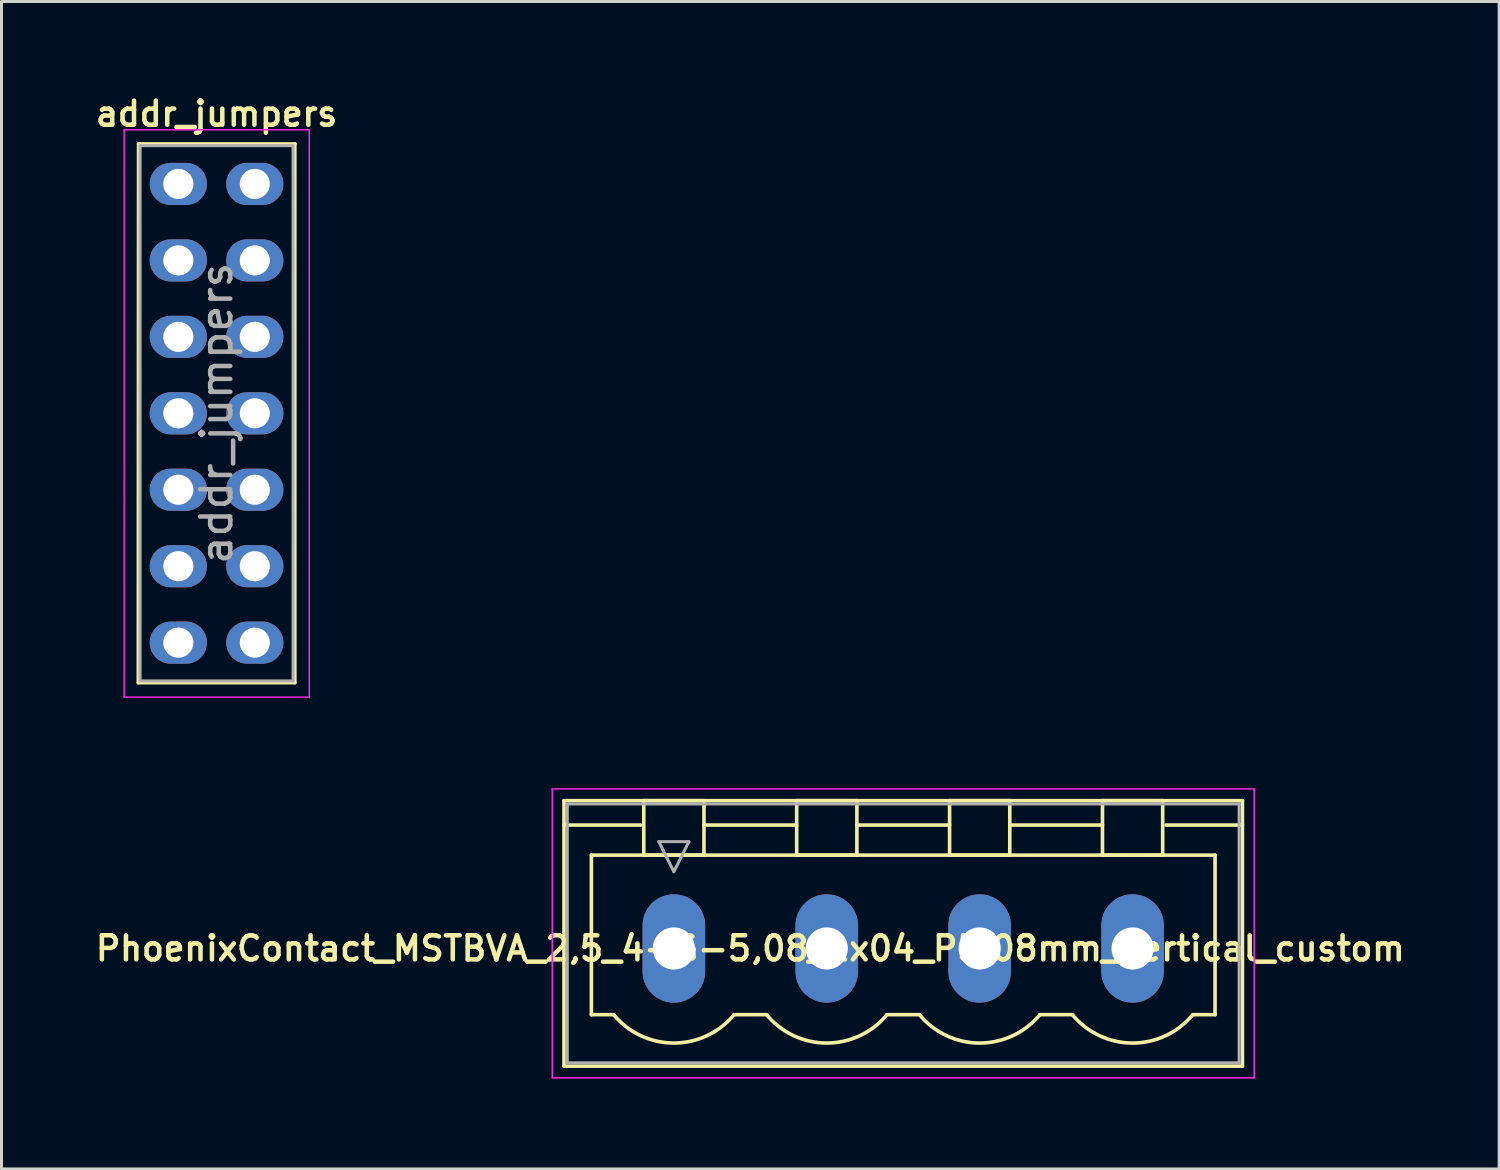
<source format=kicad_pcb>
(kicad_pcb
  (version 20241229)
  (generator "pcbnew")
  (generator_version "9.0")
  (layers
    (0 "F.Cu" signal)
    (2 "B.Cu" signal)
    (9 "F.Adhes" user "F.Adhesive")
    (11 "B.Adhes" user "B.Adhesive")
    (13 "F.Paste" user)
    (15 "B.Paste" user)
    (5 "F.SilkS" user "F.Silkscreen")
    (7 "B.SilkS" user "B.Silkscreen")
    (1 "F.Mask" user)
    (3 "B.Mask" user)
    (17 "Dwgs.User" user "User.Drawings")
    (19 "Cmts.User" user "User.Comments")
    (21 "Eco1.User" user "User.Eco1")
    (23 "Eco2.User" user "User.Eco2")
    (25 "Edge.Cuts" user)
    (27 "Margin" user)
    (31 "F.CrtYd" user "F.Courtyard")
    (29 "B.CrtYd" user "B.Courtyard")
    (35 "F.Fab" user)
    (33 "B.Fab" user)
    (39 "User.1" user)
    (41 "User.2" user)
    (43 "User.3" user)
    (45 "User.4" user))
  (footprint "addr_jumpers"
    (layer "F.Cu")
    (at 2.875 3.061)
    (property "Reference" "addr_jumpers" (at 1.27 -2.33 0) (layer "F.SilkS") (effects (font (size 0.8 0.8) (thickness 0.15))))
    (attr through_hole)
    (fp_line (start -1.33 16.57) (end 3.87 16.57) (stroke (width 0.12) (type solid)) (layer "F.SilkS"))
    (fp_line (start -1.321 -1.33) (end -1.33 16.57) (stroke (width 0.12) (type solid)) (layer "F.SilkS"))
    (fp_line (start -1.321 -1.33) (end 3.87 -1.33) (stroke (width 0.12) (type solid)) (layer "F.SilkS"))
    (fp_line (start 3.87 -1.33) (end 3.87 16.57) (stroke (width 0.12) (type solid)) (layer "F.SilkS"))
    (fp_line (start -1.8 -1.8) (end -1.8 17.05) (stroke (width 0.05) (type solid)) (layer "F.CrtYd"))
    (fp_line (start -1.8 17.05) (end 4.35 17.05) (stroke (width 0.05) (type solid)) (layer "F.CrtYd"))
    (fp_line (start 4.35 -1.8) (end -1.8 -1.8) (stroke (width 0.05) (type solid)) (layer "F.CrtYd"))
    (fp_line (start 4.35 17.05) (end 4.35 -1.8) (stroke (width 0.05) (type solid)) (layer "F.CrtYd"))
    (fp_line (start -1.27 -1.27) (end 3.81 -1.27) (stroke (width 0.1) (type solid)) (layer "F.Fab"))
    (fp_line (start -1.27 16.51) (end -1.27 -1.27) (stroke (width 0.1) (type solid)) (layer "F.Fab"))
    (fp_line (start 3.81 -1.27) (end 3.81 16.51) (stroke (width 0.1) (type solid)) (layer "F.Fab"))
    (fp_line (start 3.81 16.51) (end -1.27 16.51) (stroke (width 0.1) (type solid)) (layer "F.Fab"))
    (fp_text user "${REFERENCE}" (at 1.27 7.62 90) (layer "F.Fab") (effects (font (size 1 1) (thickness 0.15))))
    (pad "1" thru_hole oval (at 0 0) (size 1.9 1.4) (drill 1) (layers "*.Cu" "*.Mask"))
    (pad "2" thru_hole oval (at 2.54 0) (size 1.9 1.4) (drill 1) (layers "*.Cu" "*.Mask"))
    (pad "3" thru_hole oval (at 0 2.54) (size 1.9 1.4) (drill 1) (layers "*.Cu" "*.Mask"))
    (pad "4" thru_hole oval (at 2.54 2.54) (size 1.9 1.4) (drill 1) (layers "*.Cu" "*.Mask"))
    (pad "5" thru_hole oval (at 0 5.08) (size 1.9 1.4) (drill 1) (layers "*.Cu" "*.Mask"))
    (pad "6" thru_hole oval (at 2.54 5.08) (size 1.9 1.4) (drill 1) (layers "*.Cu" "*.Mask"))
    (pad "7" thru_hole oval (at 0 7.62) (size 1.9 1.4) (drill 1) (layers "*.Cu" "*.Mask"))
    (pad "8" thru_hole oval (at 2.54 7.62) (size 1.9 1.4) (drill 1) (layers "*.Cu" "*.Mask"))
    (pad "9" thru_hole oval (at 0 10.16) (size 1.9 1.4) (drill 1) (layers "*.Cu" "*.Mask"))
    (pad "10" thru_hole oval (at 2.54 10.16) (size 1.9 1.4) (drill 1) (layers "*.Cu" "*.Mask"))
    (pad "11" thru_hole oval (at 0 12.7) (size 1.9 1.4) (drill 1) (layers "*.Cu" "*.Mask"))
    (pad "12" thru_hole oval (at 2.54 12.7) (size 1.9 1.4) (drill 1) (layers "*.Cu" "*.Mask"))
    (pad "13" thru_hole oval (at 0 15.24) (size 1.9 1.4) (drill 1) (layers "*.Cu" "*.Mask"))
    (pad "14" thru_hole oval (at 2.54 15.24) (size 1.9 1.4) (drill 1) (layers "*.Cu" "*.Mask")))
  (footprint "PhoenixContact_MSTBVA_2,5_4-G-5,08_1x04_P5.08mm_Vertical_custom"
    (layer "F.Cu")
    (at 19.338 28.461)
    (property "Reference" "PhoenixContact_MSTBVA_2,5_4-G-5,08_1x04_P5.08mm_Vertical_custom" (at 2.54 0 0) (layer "F.SilkS") (effects (font (size 0.8 0.8) (thickness 0.15))))
    (attr through_hole)
    (fp_line (start -3.65 -4.91) (end -3.65 3.91) (stroke (width 0.12) (type solid)) (layer "F.SilkS"))
    (fp_line (start -3.65 -4.1) (end -1.11 -4.1) (stroke (width 0.12) (type solid)) (layer "F.SilkS"))
    (fp_line (start -3.65 3.91) (end 18.89 3.91) (stroke (width 0.12) (type solid)) (layer "F.SilkS"))
    (fp_line (start -2.74 -3.1) (end 17.98 -3.1) (stroke (width 0.12) (type solid)) (layer "F.SilkS"))
    (fp_line (start -2.74 2.2) (end -2.74 -3.1) (stroke (width 0.12) (type solid)) (layer "F.SilkS"))
    (fp_line (start -2 2.2) (end -2.74 2.2) (stroke (width 0.12) (type solid)) (layer "F.SilkS"))
    (fp_line (start -1 -4.91) (end 1 -4.91) (stroke (width 0.12) (type solid)) (layer "F.SilkS"))
    (fp_line (start -1 -3.1) (end -1 -4.91) (stroke (width 0.12) (type solid)) (layer "F.SilkS"))
    (fp_line (start 1 -4.91) (end 1 -3.1) (stroke (width 0.12) (type solid)) (layer "F.SilkS"))
    (fp_line (start 1 -4.1) (end 4.08 -4.1) (stroke (width 0.12) (type solid)) (layer "F.SilkS"))
    (fp_line (start 1 -3.1) (end -1 -3.1) (stroke (width 0.12) (type solid)) (layer "F.SilkS"))
    (fp_line (start 2 2.2) (end 3.08 2.2) (stroke (width 0.12) (type solid)) (layer "F.SilkS"))
    (fp_line (start 4.08 -4.91) (end 6.08 -4.91) (stroke (width 0.12) (type solid)) (layer "F.SilkS"))
    (fp_line (start 4.08 -3.1) (end 4.08 -4.91) (stroke (width 0.12) (type solid)) (layer "F.SilkS"))
    (fp_line (start 6.08 -4.91) (end 6.08 -3.1) (stroke (width 0.12) (type solid)) (layer "F.SilkS"))
    (fp_line (start 6.08 -4.1) (end 9.16 -4.1) (stroke (width 0.12) (type solid)) (layer "F.SilkS"))
    (fp_line (start 6.08 -3.1) (end 4.08 -3.1) (stroke (width 0.12) (type solid)) (layer "F.SilkS"))
    (fp_line (start 7.08 2.2) (end 8.16 2.2) (stroke (width 0.12) (type solid)) (layer "F.SilkS"))
    (fp_line (start 9.16 -4.91) (end 11.16 -4.91) (stroke (width 0.12) (type solid)) (layer "F.SilkS"))
    (fp_line (start 9.16 -3.1) (end 9.16 -4.91) (stroke (width 0.12) (type solid)) (layer "F.SilkS"))
    (fp_line (start 11.16 -4.91) (end 11.16 -3.1) (stroke (width 0.12) (type solid)) (layer "F.SilkS"))
    (fp_line (start 11.16 -4.1) (end 14.24 -4.1) (stroke (width 0.12) (type solid)) (layer "F.SilkS"))
    (fp_line (start 11.16 -3.1) (end 9.16 -3.1) (stroke (width 0.12) (type solid)) (layer "F.SilkS"))
    (fp_line (start 12.16 2.2) (end 13.24 2.2) (stroke (width 0.12) (type solid)) (layer "F.SilkS"))
    (fp_line (start 14.24 -4.91) (end 16.24 -4.91) (stroke (width 0.12) (type solid)) (layer "F.SilkS"))
    (fp_line (start 14.24 -3.1) (end 14.24 -4.91) (stroke (width 0.12) (type solid)) (layer "F.SilkS"))
    (fp_line (start 16.24 -4.91) (end 16.24 -3.1) (stroke (width 0.12) (type solid)) (layer "F.SilkS"))
    (fp_line (start 16.24 -3.1) (end 14.24 -3.1) (stroke (width 0.12) (type solid)) (layer "F.SilkS"))
    (fp_line (start 17.98 -3.1) (end 17.98 2.2) (stroke (width 0.12) (type solid)) (layer "F.SilkS"))
    (fp_line (start 17.98 2.2) (end 17.24 2.2) (stroke (width 0.12) (type solid)) (layer "F.SilkS"))
    (fp_line (start 18.89 -4.91) (end -3.65 -4.91) (stroke (width 0.12) (type solid)) (layer "F.SilkS"))
    (fp_line (start 18.89 -4.1) (end 16.35 -4.1) (stroke (width 0.12) (type solid)) (layer "F.SilkS"))
    (fp_line (start 18.89 3.91) (end 18.89 -4.91) (stroke (width 0.12) (type solid)) (layer "F.SilkS"))
    (fp_arc (start 1.986842 2.215821) (mid -0.010289 3.142758) (end -2 2.2) (stroke (width 0.12) (type solid)) (layer "F.SilkS"))
    (fp_arc (start 7.066842 2.215821) (mid 5.069711 3.142758) (end 3.08 2.2) (stroke (width 0.12) (type solid)) (layer "F.SilkS"))
    (fp_arc (start 12.146842 2.215821) (mid 10.149711 3.142758) (end 8.16 2.2) (stroke (width 0.12) (type solid)) (layer "F.SilkS"))
    (fp_arc (start 17.226842 2.215821) (mid 15.229711 3.142758) (end 13.24 2.2) (stroke (width 0.12) (type solid)) (layer "F.SilkS"))
    (fp_line (start -4.04 -5.3) (end -4.04 4.3) (stroke (width 0.05) (type solid)) (layer "F.CrtYd"))
    (fp_line (start -4.04 4.3) (end 19.28 4.3) (stroke (width 0.05) (type solid)) (layer "F.CrtYd"))
    (fp_line (start 19.28 -5.3) (end -4.04 -5.3) (stroke (width 0.05) (type solid)) (layer "F.CrtYd"))
    (fp_line (start 19.28 4.3) (end 19.28 -5.3) (stroke (width 0.05) (type solid)) (layer "F.CrtYd"))
    (fp_line (start -3.54 -4.8) (end -3.54 3.8) (stroke (width 0.1) (type solid)) (layer "F.Fab"))
    (fp_line (start -3.54 3.8) (end 18.78 3.8) (stroke (width 0.1) (type solid)) (layer "F.Fab"))
    (fp_line (start -0.5 -3.55) (end 0.5 -3.55) (stroke (width 0.1) (type solid)) (layer "F.Fab"))
    (fp_line (start 0 -2.55) (end -0.5 -3.55) (stroke (width 0.1) (type solid)) (layer "F.Fab"))
    (fp_line (start 0.5 -3.55) (end 0 -2.55) (stroke (width 0.1) (type solid)) (layer "F.Fab"))
    (fp_line (start 18.78 -4.8) (end -3.54 -4.8) (stroke (width 0.1) (type solid)) (layer "F.Fab"))
    (fp_line (start 18.78 3.8) (end 18.78 -4.8) (stroke (width 0.1) (type solid)) (layer "F.Fab"))
    (pad "1" thru_hole oval (at 0 0) (size 2.08 3.6) (drill 1.4) (layers "*.Cu" "*.Mask"))
    (pad "2" thru_hole oval (at 5.08 0) (size 2.08 3.6) (drill 1.4) (layers "*.Cu" "*.Mask"))
    (pad "3" thru_hole oval (at 10.16 0) (size 2.08 3.6) (drill 1.4) (layers "*.Cu" "*.Mask"))
    (pad "4" thru_hole oval (at 15.24 0) (size 2.08 3.6) (drill 1.4) (layers "*.Cu" "*.Mask")))
  (gr_rect
    (start -3 -3)
    (end 46.757 35.786)
    (stroke (width 0.1) (type default))
    (fill no)
    (layer "Edge.Cuts")))
</source>
